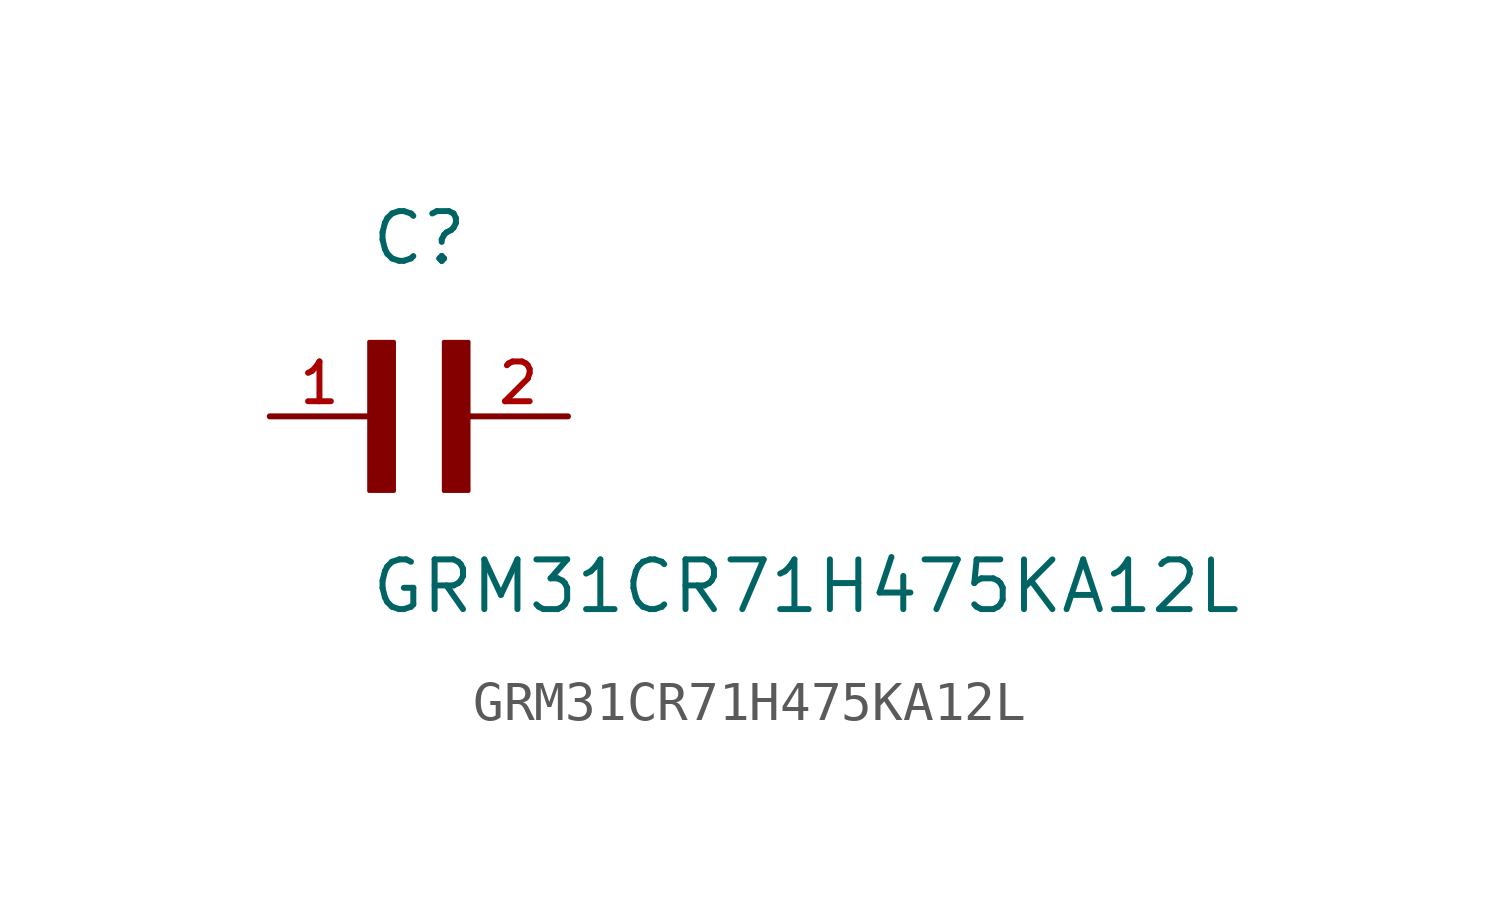
<source format=kicad_sym>
(kicad_symbol_lib
  (version 20211014)
  (generator kicad_symbol_editor)
  (symbol "GRM31CR71H475KA12L"
    (pin_names
      (offset 1.016))
    (property "Reference" "C"
      (at 0.0 3.811 0)
      (effects (font (size 1.27 1.27)) (justify bottom left)))
    (property "Value" "GRM31CR71H475KA12L"
      (at 0.0 -5.088 0)
      (effects (font (size 1.27 1.27)) (justify bottom left)))
    (symbol "GRM31CR71H475KA12L_0_0"
      (rectangle (start 0.0 -1.907) (end 0.635 1.905) (stroke (width 0.1)) (fill (type outline)))
      (rectangle (start 1.907 -1.907) (end 2.54 1.905) (stroke (width 0.1)) (fill (type outline)))
      (pin passive line (at 5.08 0.0 180.0) (length 2.54) (name "~" (effects (font (size 1.016 1.016)))) (number "2" (effects (font (size 1.016 1.016)))))
      (pin passive line (at -2.54 0.0 0) (length 2.54) (name "~" (effects (font (size 1.016 1.016)))) (number "1" (effects (font (size 1.016 1.016))))))))
</source>
